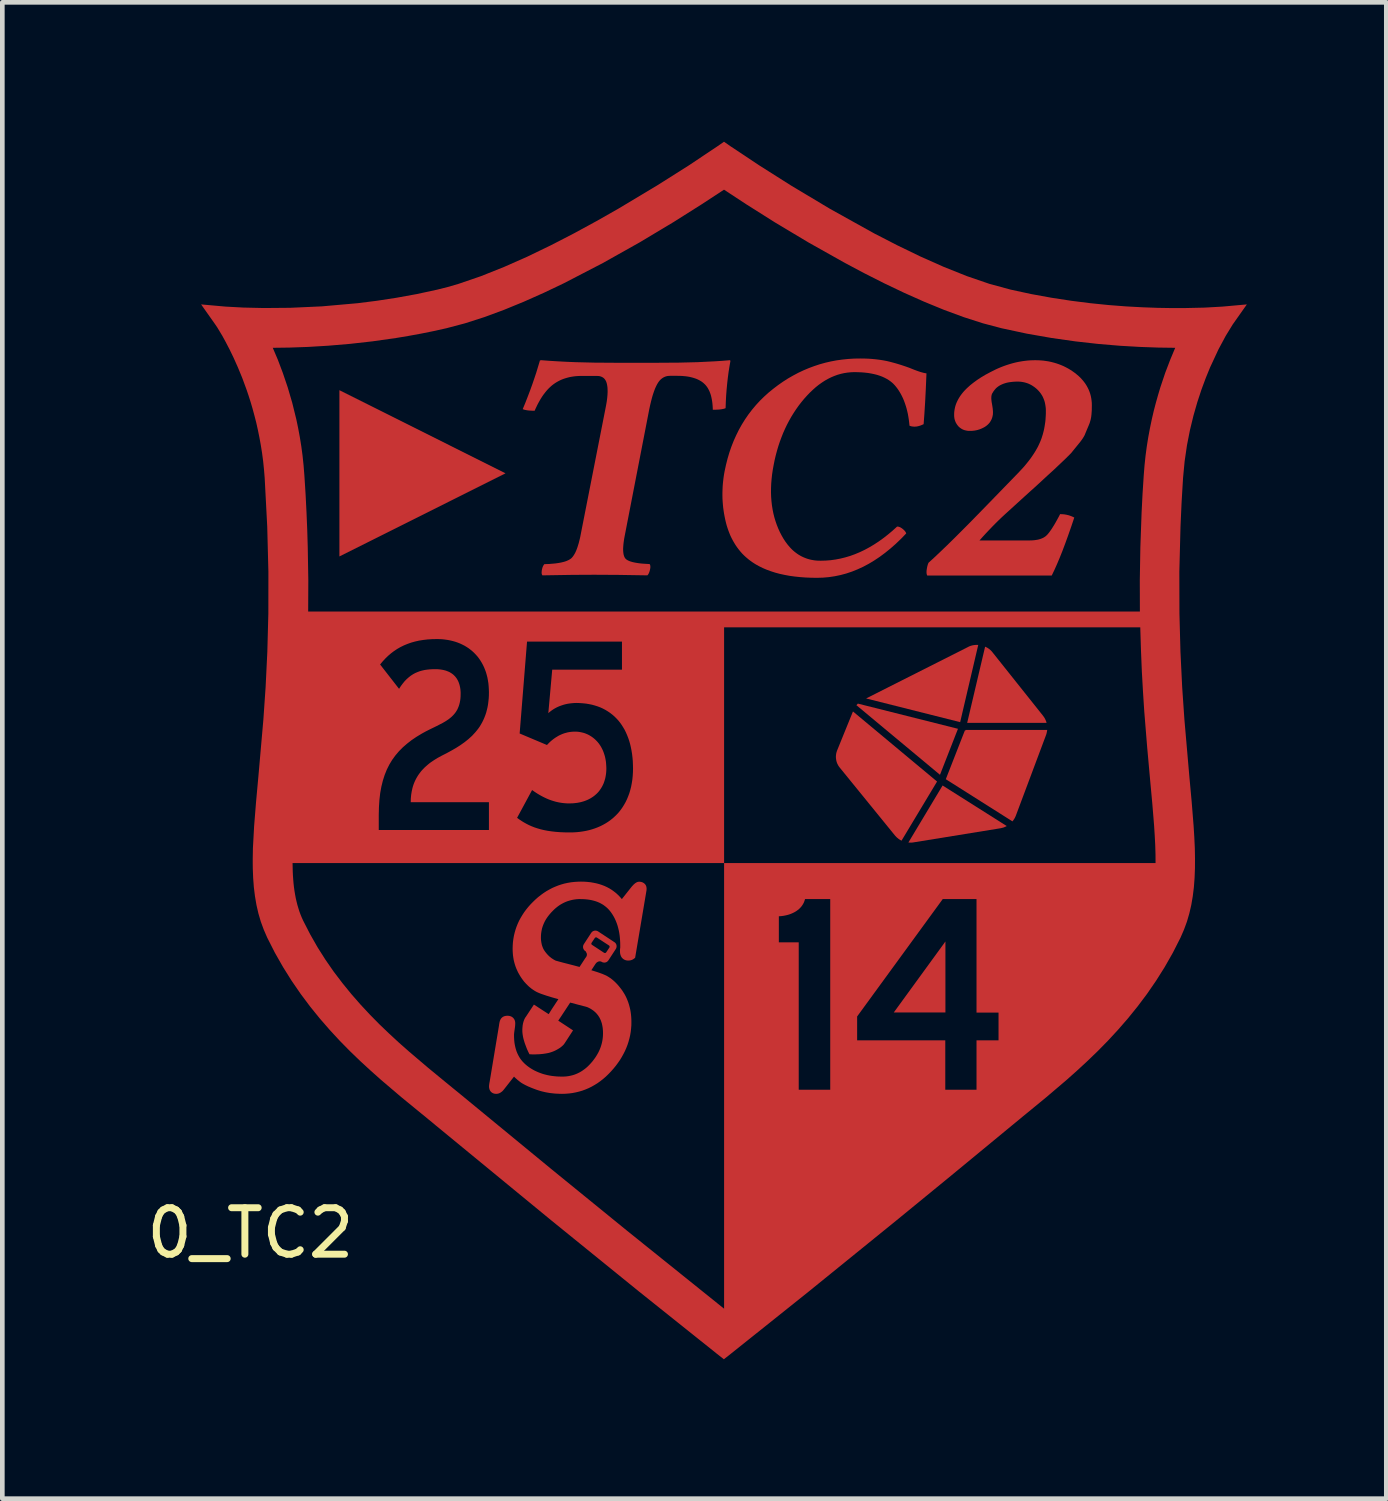
<source format=kicad_pcb>
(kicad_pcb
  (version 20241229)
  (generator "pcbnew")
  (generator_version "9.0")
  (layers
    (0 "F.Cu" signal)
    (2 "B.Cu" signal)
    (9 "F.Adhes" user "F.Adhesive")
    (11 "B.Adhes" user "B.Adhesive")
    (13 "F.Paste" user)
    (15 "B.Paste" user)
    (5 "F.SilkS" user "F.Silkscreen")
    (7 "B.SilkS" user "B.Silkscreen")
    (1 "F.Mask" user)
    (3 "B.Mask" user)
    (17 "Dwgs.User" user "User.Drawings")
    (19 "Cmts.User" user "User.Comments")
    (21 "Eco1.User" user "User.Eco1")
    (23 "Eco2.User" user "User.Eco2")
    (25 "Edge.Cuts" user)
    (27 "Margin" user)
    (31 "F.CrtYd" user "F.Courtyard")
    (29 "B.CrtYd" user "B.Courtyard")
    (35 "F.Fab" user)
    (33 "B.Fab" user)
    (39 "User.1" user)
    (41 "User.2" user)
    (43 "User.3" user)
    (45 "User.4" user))
  (footprint "0_TC2"
    (layer "F.Cu")
    (at 12.589 10.486)
    (property "Reference" "0_TC2" (at -10.25 13 0) (layer "F.SilkS") (effects (font (size 1 1) (thickness 0.15))))
    (attr exclude_from_pos_files exclude_from_bom allow_missing_courtyard)
    (fp_poly (pts (xy -4.76 -3.35) (xy -8.335 -1.561) (xy -8.335 -5.139)) (stroke (width -0.000001) (type solid)) (fill yes) (layer "F.Cu"))
    (fp_poly (pts (xy 4.707 8.252) (xy 3.596 8.252) (xy 4.707 6.725)) (stroke (width -0.000001) (type solid)) (fill yes) (layer "F.Cu"))
    (fp_poly (pts (xy 6.884 2.021) (xy 6.884 2.021) (xy 6.884 2.021)) (stroke (width -0.000001) (type solid)) (fill yes) (layer "F.Cu"))
    (fp_poly (pts (xy 4.977 2.148) (xy 4.59 3.138) (xy 2.791 1.64) (xy 2.823 1.606)) (stroke (width -0.000001) (type solid)) (fill yes) (layer "F.Cu"))
    (fp_poly (pts (xy 5.399 0.343) (xy 5.413 0.344) (xy 5.024 2.005) (xy 3 1.495) (xy 5.191 0.389) (xy 5.204 0.382) (xy 5.217 0.376) (xy 5.231 0.37) (xy 5.244 0.365) (xy 5.258 0.361) (xy 5.272 0.357) (xy 5.286 0.353) (xy 5.3 0.35) (xy 5.314 0.348) (xy 5.328 0.346) (xy 5.343 0.344) (xy 5.357 0.343) (xy 5.371 0.343) (xy 5.385 0.342)) (stroke (width -0.000001) (type solid)) (fill yes) (layer "F.Cu"))
    (fp_poly (pts (xy 6.027 4.241) (xy 6.019 4.245) (xy 6.011 4.249) (xy 6.003 4.253) (xy 5.994 4.257) (xy 5.986 4.261) (xy 5.977 4.264) (xy 5.969 4.268) (xy 5.96 4.271) (xy 5.952 4.274) (xy 5.943 4.276) (xy 5.925 4.281) (xy 5.907 4.285) (xy 5.889 4.289) (xy 4.016 4.593) (xy 4.003 4.595) (xy 3.99 4.596) (xy 3.977 4.597) (xy 3.963 4.597) (xy 3.95 4.597) (xy 3.937 4.597) (xy 3.923 4.596) (xy 3.91 4.595) (xy 4.646 3.368)) (stroke (width -0.000001) (type solid)) (fill yes) (layer "F.Cu"))
    (fp_poly (pts (xy 6.895 2.187) (xy 6.893 2.201) (xy 6.89 2.216) (xy 6.887 2.23) (xy 6.884 2.244) (xy 6.88 2.258) (xy 6.876 2.272) (xy 6.871 2.286) (xy 6.223 4.016) (xy 6.219 4.025) (xy 6.216 4.033) (xy 6.212 4.042) (xy 6.208 4.05) (xy 6.204 4.058) (xy 6.2 4.067) (xy 6.195 4.074) (xy 6.191 4.082) (xy 6.186 4.09) (xy 6.181 4.097) (xy 6.176 4.105) (xy 6.171 4.112) (xy 6.166 4.119) (xy 6.16 4.126) (xy 6.155 4.133) (xy 6.149 4.14) (xy 4.715 3.233) (xy 5.125 2.185) (xy 5.135 2.188) (xy 5.141 2.172) (xy 6.898 2.172)) (stroke (width -0.000001) (type solid)) (fill yes) (layer "F.Cu"))
    (fp_poly (pts (xy 5.573 0.386) (xy 5.584 0.391) (xy 5.595 0.397) (xy 5.606 0.403) (xy 5.617 0.409) (xy 5.627 0.416) (xy 5.638 0.423) (xy 5.648 0.431) (xy 5.658 0.438) (xy 5.667 0.446) (xy 5.677 0.455) (xy 5.686 0.464) (xy 5.695 0.473) (xy 5.704 0.482) (xy 5.712 0.492) (xy 5.72 0.502) (xy 6.808 1.868) (xy 6.814 1.877) (xy 6.821 1.886) (xy 6.827 1.895) (xy 6.833 1.904) (xy 6.839 1.913) (xy 6.844 1.922) (xy 6.849 1.932) (xy 6.854 1.941) (xy 6.858 1.951) (xy 6.863 1.961) (xy 6.867 1.97) (xy 6.871 1.98) (xy 6.875 1.99) (xy 6.878 2) (xy 6.881 2.011) (xy 6.884 2.021) (xy 5.175 2.021) (xy 5.561 0.381)) (stroke (width -0.000001) (type solid)) (fill yes) (layer "F.Cu"))
    (fp_poly (pts (xy 4.527 3.283) (xy 3.762 4.556) (xy 3.752 4.551) (xy 3.743 4.545) (xy 3.733 4.54) (xy 3.723 4.534) (xy 3.714 4.527) (xy 3.704 4.521) (xy 3.695 4.514) (xy 3.686 4.507) (xy 3.677 4.499) (xy 3.668 4.492) (xy 3.659 4.484) (xy 3.651 4.476) (xy 3.643 4.468) (xy 3.635 4.459) (xy 3.627 4.451) (xy 3.619 4.442) (xy 2.431 2.981) (xy 2.417 2.962) (xy 2.403 2.942) (xy 2.392 2.921) (xy 2.381 2.9) (xy 2.372 2.878) (xy 2.365 2.856) (xy 2.359 2.833) (xy 2.355 2.809) (xy 2.352 2.786) (xy 2.35 2.762) (xy 2.35 2.739) (xy 2.352 2.715) (xy 2.355 2.691) (xy 2.359 2.668) (xy 2.366 2.645) (xy 2.373 2.622) (xy 2.717 1.775)) (stroke (width -0.000001) (type solid)) (fill yes) (layer "F.Cu"))
    (fp_poly (pts (xy 2.961 -5.82) (xy 3.048 -5.817) (xy 3.132 -5.811) (xy 3.214 -5.803) (xy 3.293 -5.793) (xy 3.369 -5.781) (xy 3.443 -5.767) (xy 3.514 -5.75) (xy 3.582 -5.732) (xy 3.647 -5.714) (xy 3.71 -5.695) (xy 3.77 -5.676) (xy 3.827 -5.657) (xy 3.882 -5.638) (xy 3.935 -5.619) (xy 3.984 -5.599) (xy 4.032 -5.58) (xy 4.077 -5.563) (xy 4.119 -5.548) (xy 4.16 -5.534) (xy 4.198 -5.523) (xy 4.234 -5.513) (xy 4.268 -5.506) (xy 4.299 -5.501) (xy 4.285 -5.17) (xy 4.27 -4.877) (xy 4.254 -4.624) (xy 4.238 -4.408) (xy 4.217 -4.398) (xy 4.196 -4.389) (xy 4.176 -4.381) (xy 4.156 -4.374) (xy 4.136 -4.368) (xy 4.116 -4.363) (xy 4.097 -4.359) (xy 4.077 -4.356) (xy 4.059 -4.355) (xy 4.04 -4.354) (xy 4.022 -4.355) (xy 4.004 -4.357) (xy 3.986 -4.359) (xy 3.968 -4.363) (xy 3.951 -4.368) (xy 3.934 -4.374) (xy 3.927 -4.441) (xy 3.919 -4.506) (xy 3.909 -4.569) (xy 3.898 -4.631) (xy 3.884 -4.691) (xy 3.87 -4.748) (xy 3.853 -4.804) (xy 3.835 -4.858) (xy 3.816 -4.91) (xy 3.795 -4.961) (xy 3.772 -5.009) (xy 3.748 -5.056) (xy 3.722 -5.1) (xy 3.695 -5.143) (xy 3.666 -5.184) (xy 3.635 -5.223) (xy 3.619 -5.242) (xy 3.602 -5.26) (xy 3.585 -5.278) (xy 3.567 -5.295) (xy 3.548 -5.311) (xy 3.528 -5.327) (xy 3.507 -5.342) (xy 3.486 -5.357) (xy 3.441 -5.384) (xy 3.393 -5.409) (xy 3.342 -5.432) (xy 3.288 -5.452) (xy 3.231 -5.47) (xy 3.171 -5.485) (xy 3.108 -5.498) (xy 3.043 -5.509) (xy 2.974 -5.517) (xy 2.902 -5.523) (xy 2.827 -5.526) (xy 2.749 -5.528) (xy 2.675 -5.525) (xy 2.602 -5.518) (xy 2.53 -5.507) (xy 2.458 -5.491) (xy 2.387 -5.471) (xy 2.318 -5.446) (xy 2.249 -5.417) (xy 2.181 -5.383) (xy 2.113 -5.345) (xy 2.047 -5.302) (xy 1.981 -5.255) (xy 1.916 -5.203) (xy 1.852 -5.146) (xy 1.789 -5.086) (xy 1.726 -5.02) (xy 1.664 -4.951) (xy 1.604 -4.878) (xy 1.546 -4.803) (xy 1.491 -4.725) (xy 1.439 -4.646) (xy 1.389 -4.565) (xy 1.342 -4.481) (xy 1.297 -4.396) (xy 1.255 -4.308) (xy 1.215 -4.218) (xy 1.179 -4.127) (xy 1.144 -4.033) (xy 1.112 -3.937) (xy 1.083 -3.839) (xy 1.056 -3.739) (xy 1.032 -3.637) (xy 1.011 -3.533) (xy 0.992 -3.429) (xy 0.977 -3.328) (xy 0.966 -3.228) (xy 0.958 -3.129) (xy 0.954 -3.033) (xy 0.953 -2.938) (xy 0.956 -2.845) (xy 0.963 -2.753) (xy 0.973 -2.663) (xy 0.987 -2.575) (xy 1.004 -2.489) (xy 1.025 -2.404) (xy 1.05 -2.321) (xy 1.078 -2.24) (xy 1.11 -2.16) (xy 1.145 -2.083) (xy 1.184 -2.008) (xy 1.224 -1.939) (xy 1.267 -1.874) (xy 1.312 -1.814) (xy 1.359 -1.759) (xy 1.383 -1.733) (xy 1.408 -1.708) (xy 1.433 -1.685) (xy 1.459 -1.663) (xy 1.486 -1.642) (xy 1.513 -1.622) (xy 1.541 -1.603) (xy 1.569 -1.586) (xy 1.597 -1.57) (xy 1.627 -1.555) (xy 1.657 -1.541) (xy 1.687 -1.529) (xy 1.718 -1.517) (xy 1.749 -1.507) (xy 1.781 -1.498) (xy 1.814 -1.49) (xy 1.847 -1.484) (xy 1.881 -1.478) (xy 1.915 -1.474) (xy 1.95 -1.471) (xy 2.021 -1.469) (xy 2.129 -1.472) (xy 2.235 -1.48) (xy 2.342 -1.495) (xy 2.447 -1.515) (xy 2.552 -1.541) (xy 2.657 -1.572) (xy 2.761 -1.61) (xy 2.864 -1.653) (xy 2.967 -1.702) (xy 3.069 -1.757) (xy 3.17 -1.817) (xy 3.271 -1.883) (xy 3.371 -1.955) (xy 3.47 -2.032) (xy 3.569 -2.115) (xy 3.667 -2.204) (xy 3.674 -2.204) (xy 3.681 -2.204) (xy 3.688 -2.203) (xy 3.695 -2.201) (xy 3.702 -2.2) (xy 3.71 -2.198) (xy 3.717 -2.195) (xy 3.725 -2.192) (xy 3.732 -2.189) (xy 3.74 -2.185) (xy 3.747 -2.181) (xy 3.755 -2.176) (xy 3.763 -2.171) (xy 3.77 -2.166) (xy 3.778 -2.16) (xy 3.786 -2.154) (xy 3.794 -2.148) (xy 3.801 -2.141) (xy 3.808 -2.135) (xy 3.815 -2.129) (xy 3.821 -2.123) (xy 3.827 -2.116) (xy 3.832 -2.11) (xy 3.837 -2.104) (xy 3.842 -2.098) (xy 3.846 -2.092) (xy 3.85 -2.086) (xy 3.853 -2.08) (xy 3.856 -2.074) (xy 3.859 -2.068) (xy 3.861 -2.062) (xy 3.863 -2.056) (xy 3.751 -1.94) (xy 3.638 -1.832) (xy 3.523 -1.731) (xy 3.408 -1.638) (xy 3.292 -1.552) (xy 3.175 -1.474) (xy 3.057 -1.403) (xy 2.937 -1.339) (xy 2.817 -1.284) (xy 2.696 -1.235) (xy 2.573 -1.194) (xy 2.45 -1.161) (xy 2.325 -1.135) (xy 2.199 -1.116) (xy 2.072 -1.105) (xy 1.945 -1.101) (xy 1.818 -1.103) (xy 1.695 -1.108) (xy 1.576 -1.117) (xy 1.462 -1.129) (xy 1.352 -1.144) (xy 1.245 -1.164) (xy 1.143 -1.186) (xy 1.046 -1.212) (xy 0.952 -1.242) (xy 0.862 -1.275) (xy 0.777 -1.311) (xy 0.696 -1.351) (xy 0.619 -1.394) (xy 0.546 -1.441) (xy 0.477 -1.492) (xy 0.413 -1.546) (xy 0.372 -1.584) (xy 0.333 -1.623) (xy 0.296 -1.665) (xy 0.261 -1.708) (xy 0.227 -1.753) (xy 0.195 -1.799) (xy 0.165 -1.847) (xy 0.136 -1.897) (xy 0.109 -1.948) (xy 0.083 -2.001) (xy 0.06 -2.056) (xy 0.038 -2.113) (xy 0.018 -2.171) (xy -0.001 -2.231) (xy -0.017 -2.292) (xy -0.032 -2.355) (xy -0.045 -2.419) (xy -0.057 -2.483) (xy -0.067 -2.548) (xy -0.076 -2.612) (xy -0.082 -2.677) (xy -0.087 -2.741) (xy -0.091 -2.806) (xy -0.092 -2.871) (xy -0.092 -2.936) (xy -0.09 -3.001) (xy -0.087 -3.067) (xy -0.082 -3.132) (xy -0.075 -3.198) (xy -0.067 -3.263) (xy -0.057 -3.329) (xy -0.045 -3.395) (xy -0.015 -3.534) (xy 0.019 -3.668) (xy 0.058 -3.8) (xy 0.102 -3.927) (xy 0.151 -4.051) (xy 0.205 -4.171) (xy 0.263 -4.288) (xy 0.326 -4.401) (xy 0.394 -4.51) (xy 0.466 -4.615) (xy 0.544 -4.717) (xy 0.626 -4.815) (xy 0.713 -4.91) (xy 0.805 -5) (xy 0.901 -5.087) (xy 1.003 -5.17) (xy 1.107 -5.249) (xy 1.213 -5.323) (xy 1.321 -5.392) (xy 1.431 -5.455) (xy 1.542 -5.514) (xy 1.655 -5.567) (xy 1.769 -5.615) (xy 1.885 -5.658) (xy 2.003 -5.697) (xy 2.122 -5.73) (xy 2.243 -5.758) (xy 2.365 -5.781) (xy 2.489 -5.798) (xy 2.615 -5.811) (xy 2.742 -5.819) (xy 2.871 -5.821)) (stroke (width -0.000001) (type solid)) (fill yes) (layer "F.Cu"))
    (fp_poly (pts (xy 0.067 -5.784) (xy 0.067 -5.784) (xy 0.068 -5.784) (xy 0.069 -5.784) (xy 0.07 -5.784) (xy 0.07 -5.783) (xy 0.071 -5.783) (xy 0.071 -5.783) (xy 0.072 -5.782) (xy 0.073 -5.782) (xy 0.073 -5.781) (xy 0.074 -5.781) (xy 0.074 -5.78) (xy 0.075 -5.78) (xy 0.075 -5.779) (xy 0.076 -5.779) (xy 0.076 -5.778) (xy 0.076 -5.777) (xy 0.077 -5.776) (xy 0.077 -5.776) (xy 0.077 -5.775) (xy 0.078 -5.774) (xy 0.078 -5.773) (xy 0.078 -5.772) (xy 0.078 -5.771) (xy 0.079 -5.77) (xy 0.079 -5.769) (xy 0.079 -5.768) (xy 0.079 -5.767) (xy 0.079 -5.765) (xy 0.079 -5.764) (xy 0.079 -5.763) (xy 0.059 -5.647) (xy 0.04 -5.527) (xy 0.024 -5.405) (xy 0.01 -5.28) (xy -0.002 -5.153) (xy -0.012 -5.022) (xy -0.019 -4.889) (xy -0.024 -4.752) (xy -0.034 -4.748) (xy -0.046 -4.744) (xy -0.058 -4.74) (xy -0.071 -4.737) (xy -0.085 -4.734) (xy -0.1 -4.731) (xy -0.116 -4.728) (xy -0.133 -4.726) (xy -0.15 -4.724) (xy -0.169 -4.722) (xy -0.189 -4.721) (xy -0.209 -4.72) (xy -0.252 -4.718) (xy -0.299 -4.718) (xy -0.301 -4.767) (xy -0.304 -4.814) (xy -0.308 -4.859) (xy -0.314 -4.902) (xy -0.321 -4.943) (xy -0.329 -4.983) (xy -0.338 -5.021) (xy -0.349 -5.057) (xy -0.362 -5.092) (xy -0.375 -5.124) (xy -0.391 -5.155) (xy -0.407 -5.184) (xy -0.425 -5.211) (xy -0.444 -5.236) (xy -0.465 -5.26) (xy -0.487 -5.281) (xy -0.511 -5.302) (xy -0.536 -5.321) (xy -0.563 -5.338) (xy -0.591 -5.354) (xy -0.621 -5.369) (xy -0.653 -5.383) (xy -0.687 -5.395) (xy -0.722 -5.406) (xy -0.759 -5.416) (xy -0.797 -5.425) (xy -0.837 -5.432) (xy -0.879 -5.438) (xy -0.923 -5.442) (xy -0.968 -5.446) (xy -1.015 -5.447) (xy -1.064 -5.448) (xy -1.22 -5.448) (xy -1.241 -5.447) (xy -1.262 -5.445) (xy -1.283 -5.442) (xy -1.303 -5.437) (xy -1.322 -5.431) (xy -1.341 -5.423) (xy -1.359 -5.414) (xy -1.376 -5.404) (xy -1.393 -5.392) (xy -1.41 -5.379) (xy -1.425 -5.365) (xy -1.441 -5.349) (xy -1.455 -5.331) (xy -1.469 -5.313) (xy -1.482 -5.292) (xy -1.495 -5.271) (xy -1.507 -5.248) (xy -1.519 -5.224) (xy -1.531 -5.198) (xy -1.543 -5.171) (xy -1.554 -5.142) (xy -1.565 -5.112) (xy -1.576 -5.08) (xy -1.587 -5.047) (xy -1.598 -5.012) (xy -1.608 -4.976) (xy -1.628 -4.898) (xy -1.648 -4.815) (xy -1.667 -4.726) (xy -2.188 -2.04) (xy -2.198 -1.989) (xy -2.207 -1.939) (xy -2.214 -1.892) (xy -2.22 -1.848) (xy -2.224 -1.807) (xy -2.227 -1.767) (xy -2.229 -1.731) (xy -2.229 -1.697) (xy -2.227 -1.665) (xy -2.224 -1.636) (xy -2.22 -1.609) (xy -2.214 -1.585) (xy -2.207 -1.564) (xy -2.199 -1.545) (xy -2.189 -1.528) (xy -2.178 -1.514) (xy -2.171 -1.507) (xy -2.164 -1.501) (xy -2.157 -1.495) (xy -2.149 -1.489) (xy -2.14 -1.484) (xy -2.13 -1.478) (xy -2.109 -1.468) (xy -2.086 -1.458) (xy -2.06 -1.45) (xy -2.031 -1.441) (xy -2 -1.434) (xy -1.966 -1.427) (xy -1.93 -1.421) (xy -1.891 -1.415) (xy -1.849 -1.41) (xy -1.806 -1.406) (xy -1.759 -1.403) (xy -1.71 -1.4) (xy -1.659 -1.397) (xy -1.657 -1.395) (xy -1.656 -1.393) (xy -1.654 -1.39) (xy -1.653 -1.388) (xy -1.65 -1.382) (xy -1.648 -1.376) (xy -1.646 -1.37) (xy -1.645 -1.364) (xy -1.644 -1.357) (xy -1.643 -1.349) (xy -1.643 -1.342) (xy -1.643 -1.333) (xy -1.643 -1.325) (xy -1.644 -1.316) (xy -1.645 -1.306) (xy -1.647 -1.297) (xy -1.649 -1.286) (xy -1.651 -1.276) (xy -1.654 -1.265) (xy -1.656 -1.255) (xy -1.659 -1.245) (xy -1.662 -1.235) (xy -1.665 -1.226) (xy -1.668 -1.218) (xy -1.672 -1.21) (xy -1.675 -1.202) (xy -1.678 -1.195) (xy -1.682 -1.188) (xy -1.686 -1.181) (xy -1.69 -1.175) (xy -1.694 -1.169) (xy -1.698 -1.164) (xy -1.702 -1.159) (xy -1.707 -1.154) (xy -2.331 -1.164) (xy -2.844 -1.167) (xy -3.087 -1.166) (xy -3.355 -1.164) (xy -3.966 -1.154) (xy -3.968 -1.156) (xy -3.97 -1.159) (xy -3.972 -1.164) (xy -3.975 -1.169) (xy -3.977 -1.175) (xy -3.979 -1.181) (xy -3.981 -1.187) (xy -3.982 -1.194) (xy -3.982 -1.202) (xy -3.983 -1.209) (xy -3.983 -1.217) (xy -3.983 -1.226) (xy -3.982 -1.234) (xy -3.981 -1.243) (xy -3.98 -1.253) (xy -3.979 -1.263) (xy -3.977 -1.273) (xy -3.975 -1.283) (xy -3.973 -1.293) (xy -3.97 -1.303) (xy -3.967 -1.312) (xy -3.965 -1.321) (xy -3.962 -1.33) (xy -3.959 -1.338) (xy -3.955 -1.346) (xy -3.952 -1.353) (xy -3.948 -1.36) (xy -3.945 -1.367) (xy -3.941 -1.373) (xy -3.937 -1.379) (xy -3.933 -1.385) (xy -3.928 -1.39) (xy -3.924 -1.395) (xy -3.82 -1.399) (xy -3.726 -1.407) (xy -3.683 -1.411) (xy -3.642 -1.417) (xy -3.603 -1.423) (xy -3.566 -1.43) (xy -3.532 -1.438) (xy -3.5 -1.446) (xy -3.471 -1.455) (xy -3.444 -1.465) (xy -3.419 -1.476) (xy -3.396 -1.487) (xy -3.376 -1.499) (xy -3.358 -1.511) (xy -3.349 -1.518) (xy -3.341 -1.525) (xy -3.333 -1.533) (xy -3.325 -1.542) (xy -3.309 -1.561) (xy -3.294 -1.583) (xy -3.279 -1.607) (xy -3.264 -1.633) (xy -3.25 -1.662) (xy -3.236 -1.694) (xy -3.223 -1.728) (xy -3.21 -1.765) (xy -3.198 -1.804) (xy -3.185 -1.846) (xy -3.174 -1.89) (xy -3.162 -1.937) (xy -3.151 -1.986) (xy -3.141 -2.038) (xy -2.609 -4.744) (xy -2.594 -4.823) (xy -2.581 -4.898) (xy -2.572 -4.969) (xy -2.566 -5.035) (xy -2.563 -5.097) (xy -2.563 -5.126) (xy -2.564 -5.154) (xy -2.565 -5.182) (xy -2.567 -5.208) (xy -2.571 -5.233) (xy -2.575 -5.258) (xy -2.58 -5.28) (xy -2.586 -5.301) (xy -2.589 -5.311) (xy -2.593 -5.321) (xy -2.597 -5.33) (xy -2.601 -5.339) (xy -2.606 -5.348) (xy -2.611 -5.356) (xy -2.616 -5.364) (xy -2.622 -5.372) (xy -2.627 -5.379) (xy -2.633 -5.386) (xy -2.64 -5.392) (xy -2.646 -5.398) (xy -2.653 -5.404) (xy -2.66 -5.409) (xy -2.668 -5.414) (xy -2.676 -5.419) (xy -2.684 -5.423) (xy -2.692 -5.427) (xy -2.701 -5.43) (xy -2.71 -5.434) (xy -2.719 -5.436) (xy -2.728 -5.439) (xy -2.738 -5.441) (xy -2.748 -5.443) (xy -2.759 -5.444) (xy -2.769 -5.445) (xy -2.78 -5.445) (xy -2.792 -5.446) (xy -3.128 -5.446) (xy -3.17 -5.445) (xy -3.212 -5.443) (xy -3.253 -5.44) (xy -3.294 -5.435) (xy -3.333 -5.429) (xy -3.372 -5.422) (xy -3.41 -5.413) (xy -3.447 -5.403) (xy -3.483 -5.392) (xy -3.519 -5.38) (xy -3.554 -5.366) (xy -3.587 -5.351) (xy -3.62 -5.334) (xy -3.653 -5.316) (xy -3.684 -5.297) (xy -3.715 -5.276) (xy -3.745 -5.254) (xy -3.774 -5.23) (xy -3.803 -5.204) (xy -3.832 -5.176) (xy -3.86 -5.146) (xy -3.887 -5.115) (xy -3.914 -5.081) (xy -3.941 -5.046) (xy -3.967 -5.009) (xy -3.992 -4.97) (xy -4.017 -4.929) (xy -4.041 -4.886) (xy -4.065 -4.842) (xy -4.088 -4.795) (xy -4.111 -4.747) (xy -4.133 -4.697) (xy -4.175 -4.697) (xy -4.215 -4.699) (xy -4.251 -4.701) (xy -4.285 -4.705) (xy -4.316 -4.71) (xy -4.33 -4.713) (xy -4.344 -4.716) (xy -4.356 -4.719) (xy -4.368 -4.723) (xy -4.379 -4.727) (xy -4.39 -4.731) (xy -4.334 -4.866) (xy -4.282 -5) (xy -4.232 -5.131) (xy -4.185 -5.261) (xy -4.141 -5.389) (xy -4.099 -5.515) (xy -4.061 -5.64) (xy -4.024 -5.763) (xy -4.024 -5.764) (xy -4.024 -5.765) (xy -4.024 -5.767) (xy -4.024 -5.768) (xy -4.024 -5.769) (xy -4.023 -5.77) (xy -4.023 -5.771) (xy -4.022 -5.772) (xy -4.021 -5.773) (xy -4.021 -5.774) (xy -4.02 -5.775) (xy -4.019 -5.776) (xy -4.018 -5.776) (xy -4.017 -5.777) (xy -4.016 -5.778) (xy -4.015 -5.779) (xy -4.014 -5.779) (xy -4.012 -5.78) (xy -4.011 -5.78) (xy -4.01 -5.781) (xy -4.008 -5.781) (xy -4.007 -5.782) (xy -4.005 -5.782) (xy -4.003 -5.783) (xy -4.002 -5.783) (xy -4 -5.783) (xy -3.998 -5.784) (xy -3.996 -5.784) (xy -3.994 -5.784) (xy -3.992 -5.784) (xy -3.99 -5.784) (xy -3.987 -5.784) (xy -3.814 -5.771) (xy -3.635 -5.76) (xy -3.449 -5.75) (xy -3.256 -5.742) (xy -2.851 -5.732) (xy -2.421 -5.729) (xy -1.466 -5.729) (xy -1.028 -5.732) (xy -0.627 -5.742) (xy -0.262 -5.76) (xy -0.093 -5.771) (xy 0.066 -5.784)) (stroke (width -0.000001) (type solid)) (fill yes) (layer "F.Cu"))
    (fp_poly (pts (xy 6.698 -5.783) (xy 6.758 -5.78) (xy 6.816 -5.775) (xy 6.873 -5.767) (xy 6.93 -5.758) (xy 6.985 -5.746) (xy 7.04 -5.732) (xy 7.094 -5.716) (xy 7.147 -5.698) (xy 7.199 -5.678) (xy 7.25 -5.656) (xy 7.3 -5.631) (xy 7.349 -5.605) (xy 7.397 -5.576) (xy 7.444 -5.545) (xy 7.49 -5.512) (xy 7.534 -5.477) (xy 7.576 -5.441) (xy 7.615 -5.404) (xy 7.65 -5.365) (xy 7.683 -5.326) (xy 7.714 -5.285) (xy 7.741 -5.243) (xy 7.765 -5.2) (xy 7.787 -5.156) (xy 7.806 -5.11) (xy 7.822 -5.064) (xy 7.835 -5.016) (xy 7.845 -4.967) (xy 7.852 -4.917) (xy 7.857 -4.866) (xy 7.858 -4.813) (xy 7.857 -4.755) (xy 7.857 -4.726) (xy 7.856 -4.698) (xy 7.854 -4.671) (xy 7.852 -4.643) (xy 7.85 -4.617) (xy 7.847 -4.591) (xy 7.844 -4.565) (xy 7.839 -4.539) (xy 7.834 -4.512) (xy 7.827 -4.486) (xy 7.819 -4.459) (xy 7.811 -4.432) (xy 7.8 -4.404) (xy 7.789 -4.377) (xy 7.746 -4.276) (xy 7.728 -4.233) (xy 7.72 -4.213) (xy 7.712 -4.194) (xy 7.709 -4.185) (xy 7.704 -4.175) (xy 7.7 -4.165) (xy 7.694 -4.155) (xy 7.688 -4.144) (xy 7.682 -4.133) (xy 7.674 -4.121) (xy 7.667 -4.109) (xy 7.659 -4.097) (xy 7.65 -4.084) (xy 7.631 -4.057) (xy 7.609 -4.028) (xy 7.585 -3.998) (xy 7.437 -3.816) (xy 7.431 -3.808) (xy 7.424 -3.799) (xy 7.407 -3.78) (xy 7.386 -3.759) (xy 7.362 -3.734) (xy 7.334 -3.707) (xy 7.303 -3.676) (xy 7.269 -3.643) (xy 7.231 -3.607) (xy 7.095 -3.478) (xy 7.044 -3.43) (xy 7.003 -3.392) (xy 6.959 -3.352) (xy 6.896 -3.295) (xy 6.816 -3.221) (xy 6.718 -3.13) (xy 6.617 -3.038) (xy 6.531 -2.961) (xy 6.403 -2.845) (xy 5.993 -2.472) (xy 5.924 -2.408) (xy 5.855 -2.342) (xy 5.786 -2.274) (xy 5.717 -2.204) (xy 5.648 -2.132) (xy 5.579 -2.059) (xy 5.509 -1.983) (xy 5.44 -1.905) (xy 6.511 -1.905) (xy 6.541 -1.906) (xy 6.571 -1.907) (xy 6.599 -1.909) (xy 6.625 -1.911) (xy 6.651 -1.915) (xy 6.676 -1.919) (xy 6.7 -1.923) (xy 6.722 -1.929) (xy 6.744 -1.935) (xy 6.764 -1.942) (xy 6.784 -1.95) (xy 6.802 -1.958) (xy 6.82 -1.967) (xy 6.836 -1.977) (xy 6.851 -1.987) (xy 6.866 -1.998) (xy 6.88 -2.011) (xy 6.895 -2.025) (xy 6.911 -2.043) (xy 6.927 -2.062) (xy 6.944 -2.084) (xy 6.961 -2.108) (xy 6.98 -2.134) (xy 6.999 -2.162) (xy 7.018 -2.193) (xy 7.039 -2.226) (xy 7.06 -2.261) (xy 7.082 -2.299) (xy 7.104 -2.339) (xy 7.127 -2.381) (xy 7.151 -2.425) (xy 7.175 -2.472) (xy 7.196 -2.471) (xy 7.217 -2.47) (xy 7.237 -2.469) (xy 7.257 -2.467) (xy 7.277 -2.465) (xy 7.296 -2.461) (xy 7.315 -2.458) (xy 7.334 -2.453) (xy 7.353 -2.449) (xy 7.372 -2.443) (xy 7.39 -2.437) (xy 7.409 -2.43) (xy 7.427 -2.423) (xy 7.445 -2.415) (xy 7.462 -2.407) (xy 7.48 -2.398) (xy 7.413 -2.199) (xy 7.348 -2.013) (xy 7.285 -1.839) (xy 7.224 -1.677) (xy 7.164 -1.527) (xy 7.106 -1.39) (xy 7.05 -1.265) (xy 6.995 -1.151) (xy 4.315 -1.151) (xy 4.312 -1.156) (xy 4.31 -1.162) (xy 4.308 -1.168) (xy 4.306 -1.175) (xy 4.304 -1.181) (xy 4.303 -1.189) (xy 4.302 -1.196) (xy 4.301 -1.204) (xy 4.301 -1.213) (xy 4.3 -1.221) (xy 4.3 -1.23) (xy 4.301 -1.24) (xy 4.301 -1.25) (xy 4.302 -1.26) (xy 4.303 -1.27) (xy 4.305 -1.281) (xy 4.308 -1.302) (xy 4.312 -1.323) (xy 4.316 -1.343) (xy 4.321 -1.362) (xy 4.326 -1.38) (xy 4.331 -1.396) (xy 4.334 -1.404) (xy 4.338 -1.412) (xy 4.341 -1.419) (xy 4.344 -1.426) (xy 4.469 -1.54) (xy 4.603 -1.667) (xy 4.749 -1.807) (xy 4.905 -1.96) (xy 5.072 -2.127) (xy 5.25 -2.306) (xy 5.638 -2.704) (xy 6.26 -3.345) (xy 6.3 -3.387) (xy 6.339 -3.429) (xy 6.377 -3.47) (xy 6.413 -3.511) (xy 6.447 -3.552) (xy 6.48 -3.593) (xy 6.512 -3.634) (xy 6.542 -3.674) (xy 6.57 -3.714) (xy 6.597 -3.754) (xy 6.623 -3.794) (xy 6.647 -3.833) (xy 6.669 -3.872) (xy 6.691 -3.911) (xy 6.71 -3.949) (xy 6.728 -3.988) (xy 6.745 -4.026) (xy 6.761 -4.065) (xy 6.776 -4.105) (xy 6.789 -4.146) (xy 6.802 -4.187) (xy 6.813 -4.229) (xy 6.824 -4.272) (xy 6.833 -4.315) (xy 6.841 -4.359) (xy 6.848 -4.404) (xy 6.855 -4.449) (xy 6.86 -4.495) (xy 6.863 -4.542) (xy 6.866 -4.589) (xy 6.868 -4.637) (xy 6.868 -4.686) (xy 6.868 -4.721) (xy 6.866 -4.756) (xy 6.862 -4.789) (xy 6.857 -4.822) (xy 6.851 -4.854) (xy 6.844 -4.885) (xy 6.835 -4.915) (xy 6.824 -4.944) (xy 6.813 -4.972) (xy 6.8 -5) (xy 6.785 -5.027) (xy 6.769 -5.052) (xy 6.752 -5.077) (xy 6.733 -5.101) (xy 6.713 -5.124) (xy 6.691 -5.147) (xy 6.669 -5.168) (xy 6.645 -5.188) (xy 6.622 -5.206) (xy 6.597 -5.223) (xy 6.573 -5.239) (xy 6.547 -5.254) (xy 6.521 -5.267) (xy 6.495 -5.279) (xy 6.468 -5.289) (xy 6.44 -5.298) (xy 6.412 -5.306) (xy 6.383 -5.312) (xy 6.354 -5.317) (xy 6.324 -5.321) (xy 6.294 -5.323) (xy 6.263 -5.324) (xy 6.212 -5.323) (xy 6.164 -5.32) (xy 6.118 -5.315) (xy 6.074 -5.309) (xy 6.033 -5.301) (xy 5.994 -5.29) (xy 5.957 -5.278) (xy 5.923 -5.264) (xy 5.89 -5.248) (xy 5.86 -5.231) (xy 5.832 -5.211) (xy 5.806 -5.19) (xy 5.783 -5.167) (xy 5.762 -5.141) (xy 5.742 -5.115) (xy 5.725 -5.086) (xy 5.722 -5.082) (xy 5.719 -5.078) (xy 5.717 -5.074) (xy 5.714 -5.069) (xy 5.711 -5.064) (xy 5.709 -5.059) (xy 5.707 -5.054) (xy 5.705 -5.049) (xy 5.702 -5.038) (xy 5.699 -5.025) (xy 5.697 -5.012) (xy 5.695 -4.998) (xy 5.695 -4.984) (xy 5.694 -4.968) (xy 5.695 -4.951) (xy 5.696 -4.934) (xy 5.698 -4.916) (xy 5.7 -4.896) (xy 5.703 -4.876) (xy 5.707 -4.855) (xy 5.714 -4.814) (xy 5.72 -4.776) (xy 5.725 -4.74) (xy 5.728 -4.706) (xy 5.73 -4.676) (xy 5.73 -4.647) (xy 5.729 -4.634) (xy 5.729 -4.622) (xy 5.727 -4.61) (xy 5.725 -4.599) (xy 5.721 -4.578) (xy 5.716 -4.558) (xy 5.71 -4.539) (xy 5.703 -4.52) (xy 5.695 -4.502) (xy 5.686 -4.485) (xy 5.676 -4.468) (xy 5.666 -4.452) (xy 5.655 -4.437) (xy 5.642 -4.422) (xy 5.629 -4.408) (xy 5.615 -4.395) (xy 5.6 -4.382) (xy 5.585 -4.37) (xy 5.568 -4.358) (xy 5.551 -4.347) (xy 5.533 -4.337) (xy 5.515 -4.328) (xy 5.497 -4.319) (xy 5.479 -4.311) (xy 5.46 -4.303) (xy 5.441 -4.296) (xy 5.422 -4.29) (xy 5.402 -4.284) (xy 5.382 -4.279) (xy 5.362 -4.275) (xy 5.342 -4.271) (xy 5.321 -4.268) (xy 5.3 -4.266) (xy 5.279 -4.264) (xy 5.258 -4.263) (xy 5.236 -4.263) (xy 5.216 -4.263) (xy 5.197 -4.264) (xy 5.179 -4.266) (xy 5.161 -4.269) (xy 5.143 -4.273) (xy 5.126 -4.277) (xy 5.109 -4.282) (xy 5.093 -4.288) (xy 5.078 -4.295) (xy 5.063 -4.302) (xy 5.049 -4.311) (xy 5.035 -4.32) (xy 5.021 -4.33) (xy 5.009 -4.34) (xy 4.996 -4.351) (xy 4.985 -4.363) (xy 4.974 -4.376) (xy 4.963 -4.39) (xy 4.954 -4.403) (xy 4.945 -4.417) (xy 4.937 -4.431) (xy 4.929 -4.445) (xy 4.923 -4.46) (xy 4.917 -4.474) (xy 4.912 -4.489) (xy 4.907 -4.505) (xy 4.903 -4.52) (xy 4.9 -4.536) (xy 4.898 -4.552) (xy 4.896 -4.568) (xy 4.895 -4.585) (xy 4.895 -4.601) (xy 4.895 -4.636) (xy 4.897 -4.67) (xy 4.901 -4.704) (xy 4.907 -4.738) (xy 4.914 -4.772) (xy 4.923 -4.805) (xy 4.934 -4.838) (xy 4.947 -4.871) (xy 4.962 -4.903) (xy 4.978 -4.935) (xy 4.996 -4.967) (xy 5.016 -4.999) (xy 5.037 -5.03) (xy 5.06 -5.061) (xy 5.085 -5.092) (xy 5.112 -5.123) (xy 5.141 -5.153) (xy 5.171 -5.183) (xy 5.237 -5.243) (xy 5.31 -5.301) (xy 5.389 -5.359) (xy 5.476 -5.416) (xy 5.57 -5.472) (xy 5.671 -5.526) (xy 5.778 -5.58) (xy 5.832 -5.605) (xy 5.886 -5.628) (xy 5.939 -5.649) (xy 5.993 -5.669) (xy 6.047 -5.687) (xy 6.101 -5.704) (xy 6.154 -5.719) (xy 6.208 -5.733) (xy 6.262 -5.745) (xy 6.316 -5.755) (xy 6.37 -5.764) (xy 6.424 -5.771) (xy 6.477 -5.777) (xy 6.531 -5.781) (xy 6.585 -5.783) (xy 6.638 -5.784)) (stroke (width -0.000001) (type solid)) (fill yes) (layer "F.Cu"))
    (fp_poly (pts (xy 0.082 -10.388) (xy 0.705 -9.974) (xy 1.379 -9.547) (xy 2.219 -9.044) (xy 3.168 -8.516) (xy 3.667 -8.259) (xy 4.171 -8.015) (xy 4.675 -7.791) (xy 5.171 -7.593) (xy 5.652 -7.428) (xy 6.112 -7.303) (xy 6.556 -7.207) (xy 6.991 -7.128) (xy 7.416 -7.063) (xy 7.827 -7.011) (xy 8.221 -6.971) (xy 8.596 -6.942) (xy 8.949 -6.923) (xy 9.277 -6.911) (xy 9.577 -6.906) (xy 9.847 -6.906) (xy 10.284 -6.916) (xy 10.671 -6.938) (xy 11.194 -6.985) (xy 10.89 -6.554) (xy 10.738 -6.306) (xy 10.583 -6.017) (xy 10.402 -5.628) (xy 10.309 -5.4) (xy 10.216 -5.149) (xy 10.127 -4.878) (xy 10.044 -4.588) (xy 9.969 -4.279) (xy 9.905 -3.953) (xy 9.855 -3.61) (xy 9.821 -3.252) (xy 9.789 -2.718) (xy 9.766 -2.203) (xy 9.741 -1.232) (xy 9.743 -0.335) (xy 9.765 0.491) (xy 9.802 1.251) (xy 9.85 1.948) (xy 9.956 3.169) (xy 10.007 3.726) (xy 10.048 4.239) (xy 10.063 4.48) (xy 10.074 4.712) (xy 10.078 4.935) (xy 10.077 5.149) (xy 10.069 5.357) (xy 10.054 5.557) (xy 10.03 5.751) (xy 9.998 5.939) (xy 9.956 6.121) (xy 9.904 6.299) (xy 9.84 6.473) (xy 9.766 6.643) (xy 9.601 6.968) (xy 9.425 7.277) (xy 9.239 7.572) (xy 9.045 7.854) (xy 8.843 8.123) (xy 8.635 8.38) (xy 8.422 8.625) (xy 8.205 8.86) (xy 7.985 9.084) (xy 7.763 9.298) (xy 7.541 9.503) (xy 7.319 9.701) (xy 6.882 10.073) (xy 6.461 10.419) (xy 6.381 10.484) (xy 6.302 10.55) (xy 6.146 10.678) (xy 4.838 11.757) (xy 3.662 12.72) (xy 1.757 14.265) (xy 0.09 15.597) (xy -0.061 15.716) (xy -0.212 15.597) (xy -1.879 14.265) (xy -3.784 12.72) (xy -6.268 10.678) (xy -6.344 10.614) (xy -6.423 10.55) (xy -6.502 10.484) (xy -6.583 10.419) (xy -7.005 10.073) (xy -7.442 9.701) (xy -7.664 9.503) (xy -7.887 9.298) (xy -8.109 9.084) (xy -8.329 8.86) (xy -8.546 8.625) (xy -8.759 8.38) (xy -8.967 8.123) (xy -9.168 7.854) (xy -9.362 7.572) (xy -9.547 7.277) (xy -9.723 6.968) (xy -9.888 6.643) (xy -9.962 6.473) (xy -10.026 6.299) (xy -10.078 6.122) (xy -10.12 5.939) (xy -10.152 5.751) (xy -10.176 5.558) (xy -10.191 5.358) (xy -10.199 5.15) (xy -10.2 5.037) (xy -9.343 5.037) (xy -9.339 5.218) (xy -9.335 5.305) (xy -9.329 5.39) (xy -9.322 5.473) (xy -9.313 5.555) (xy -9.302 5.634) (xy -9.289 5.712) (xy -9.275 5.788) (xy -9.258 5.862) (xy -9.24 5.935) (xy -9.219 6.006) (xy -9.197 6.076) (xy -9.172 6.144) (xy -9.145 6.21) (xy -9.115 6.276) (xy -8.965 6.569) (xy -8.805 6.85) (xy -8.635 7.118) (xy -8.456 7.376) (xy -8.269 7.622) (xy -8.076 7.859) (xy -7.878 8.085) (xy -7.676 8.302) (xy -7.471 8.51) (xy -7.263 8.709) (xy -7.055 8.901) (xy -6.847 9.085) (xy -6.437 9.434) (xy -6.041 9.76) (xy -5.878 9.893) (xy -5.72 10.022) (xy -3.768 11.628) (xy -2.143 12.951) (xy -0.056 14.628) (xy -0.056 6.183) (xy 1.122 6.183) (xy 1.122 6.744) (xy 1.55 6.744) (xy 1.55 9.916) (xy 2.228 9.916) (xy 2.228 8.339) (xy 2.807 8.339) (xy 2.807 8.853) (xy 4.704 8.853) (xy 4.704 9.916) (xy 5.376 9.916) (xy 5.376 8.853) (xy 5.85 8.853) (xy 5.85 8.255) (xy 5.376 8.255) (xy 5.376 5.813) (xy 4.649 5.813) (xy 2.807 8.339) (xy 2.228 8.339) (xy 2.228 5.813) (xy 1.685 5.813) (xy 1.68 5.833) (xy 1.673 5.853) (xy 1.666 5.873) (xy 1.658 5.892) (xy 1.648 5.91) (xy 1.638 5.928) (xy 1.627 5.945) (xy 1.615 5.962) (xy 1.589 5.994) (xy 1.56 6.023) (xy 1.527 6.05) (xy 1.492 6.075) (xy 1.454 6.097) (xy 1.413 6.117) (xy 1.37 6.135) (xy 1.324 6.15) (xy 1.276 6.162) (xy 1.227 6.172) (xy 1.175 6.179) (xy 1.122 6.183) (xy -0.056 6.183) (xy -0.056 5.037) (xy 9.229 5.037) (xy 9.228 4.847) (xy 9.222 4.648) (xy 9.211 4.44) (xy 9.197 4.222) (xy 9.159 3.756) (xy 9.112 3.246) (xy 9.049 2.549) (xy 8.986 1.773) (xy 8.959 1.355) (xy 8.934 0.914) (xy 8.915 0.451) (xy 8.9 -0.035) (xy -0.056 -0.035) (xy -0.056 5.037) (xy -9.343 5.037) (xy -10.2 5.037) (xy -10.2 4.936) (xy -10.196 4.713) (xy -10.17 4.24) (xy -10.151 4.003) (xy -7.488 4.003) (xy -7.488 4.326) (xy -5.117 4.326) (xy -5.117 4.064) (xy -4.511 4.064) (xy -4.463 4.099) (xy -4.414 4.132) (xy -4.363 4.163) (xy -4.309 4.193) (xy -4.254 4.221) (xy -4.195 4.247) (xy -4.134 4.271) (xy -4.069 4.292) (xy -4 4.312) (xy -3.927 4.329) (xy -3.849 4.344) (xy -3.766 4.356) (xy -3.677 4.366) (xy -3.583 4.373) (xy -3.483 4.377) (xy -3.376 4.378) (xy -3.303 4.377) (xy -3.232 4.373) (xy -3.162 4.366) (xy -3.093 4.356) (xy -3.026 4.344) (xy -2.96 4.329) (xy -2.896 4.311) (xy -2.833 4.29) (xy -2.773 4.267) (xy -2.714 4.241) (xy -2.657 4.212) (xy -2.602 4.181) (xy -2.549 4.147) (xy -2.498 4.11) (xy -2.449 4.071) (xy -2.403 4.029) (xy -2.358 3.984) (xy -2.316 3.937) (xy -2.277 3.887) (xy -2.24 3.834) (xy -2.206 3.779) (xy -2.174 3.722) (xy -2.145 3.661) (xy -2.119 3.598) (xy -2.095 3.533) (xy -2.075 3.465) (xy -2.057 3.394) (xy -2.043 3.321) (xy -2.031 3.245) (xy -2.023 3.167) (xy -2.018 3.086) (xy -2.016 3.003) (xy -2.018 2.921) (xy -2.021 2.841) (xy -2.028 2.763) (xy -2.037 2.688) (xy -2.049 2.614) (xy -2.063 2.543) (xy -2.079 2.475) (xy -2.098 2.408) (xy -2.12 2.344) (xy -2.144 2.283) (xy -2.17 2.224) (xy -2.198 2.167) (xy -2.23 2.113) (xy -2.263 2.061) (xy -2.298 2.012) (xy -2.336 1.965) (xy -2.377 1.921) (xy -2.419 1.88) (xy -2.464 1.841) (xy -2.511 1.805) (xy -2.56 1.772) (xy -2.611 1.741) (xy -2.664 1.713) (xy -2.719 1.688) (xy -2.777 1.666) (xy -2.837 1.647) (xy -2.898 1.63) (xy -2.962 1.617) (xy -3.027 1.606) (xy -3.095 1.599) (xy -3.165 1.594) (xy -3.236 1.592) (xy -3.275 1.593) (xy -3.315 1.596) (xy -3.355 1.6) (xy -3.395 1.605) (xy -3.435 1.612) (xy -3.475 1.621) (xy -3.515 1.632) (xy -3.554 1.645) (xy -3.593 1.659) (xy -3.631 1.675) (xy -3.669 1.693) (xy -3.705 1.713) (xy -3.741 1.735) (xy -3.775 1.759) (xy -3.808 1.784) (xy -3.839 1.812) (xy -3.755 0.875) (xy -2.254 0.875) (xy -2.254 0.272) (xy -4.297 0.272) (xy -4.456 2.249) (xy -3.868 2.497) (xy -3.833 2.46) (xy -3.798 2.426) (xy -3.762 2.395) (xy -3.725 2.366) (xy -3.688 2.34) (xy -3.651 2.317) (xy -3.614 2.295) (xy -3.576 2.277) (xy -3.537 2.26) (xy -3.499 2.246) (xy -3.46 2.235) (xy -3.421 2.225) (xy -3.383 2.218) (xy -3.343 2.213) (xy -3.304 2.21) (xy -3.265 2.209) (xy -3.233 2.21) (xy -3.201 2.212) (xy -3.169 2.216) (xy -3.137 2.222) (xy -3.106 2.229) (xy -3.075 2.237) (xy -3.045 2.247) (xy -3.015 2.259) (xy -2.986 2.272) (xy -2.957 2.287) (xy -2.929 2.304) (xy -2.901 2.322) (xy -2.875 2.341) (xy -2.849 2.362) (xy -2.824 2.385) (xy -2.8 2.409) (xy -2.777 2.434) (xy -2.755 2.461) (xy -2.734 2.49) (xy -2.714 2.52) (xy -2.696 2.552) (xy -2.679 2.585) (xy -2.663 2.619) (xy -2.649 2.655) (xy -2.636 2.693) (xy -2.624 2.732) (xy -2.614 2.773) (xy -2.606 2.815) (xy -2.599 2.858) (xy -2.595 2.903) (xy -2.592 2.949) (xy -2.59 2.997) (xy -2.591 3.043) (xy -2.594 3.088) (xy -2.599 3.131) (xy -2.606 3.173) (xy -2.614 3.213) (xy -2.625 3.252) (xy -2.637 3.289) (xy -2.65 3.325) (xy -2.666 3.36) (xy -2.683 3.393) (xy -2.702 3.425) (xy -2.722 3.455) (xy -2.743 3.484) (xy -2.766 3.512) (xy -2.791 3.538) (xy -2.817 3.562) (xy -2.844 3.585) (xy -2.873 3.607) (xy -2.903 3.627) (xy -2.934 3.646) (xy -2.966 3.663) (xy -2.999 3.679) (xy -3.034 3.693) (xy -3.069 3.706) (xy -3.106 3.717) (xy -3.143 3.727) (xy -3.182 3.735) (xy -3.221 3.742) (xy -3.302 3.751) (xy -3.387 3.754) (xy -3.435 3.753) (xy -3.482 3.75) (xy -3.53 3.745) (xy -3.579 3.738) (xy -3.627 3.729) (xy -3.676 3.718) (xy -3.725 3.704) (xy -3.775 3.688) (xy -3.825 3.67) (xy -3.875 3.649) (xy -3.926 3.625) (xy -3.977 3.599) (xy -4.029 3.57) (xy -4.082 3.538) (xy -4.135 3.503) (xy -4.188 3.466) (xy -4.511 4.064) (xy -5.117 4.064) (xy -5.117 3.728) (xy -6.8 3.728) (xy -6.798 3.648) (xy -6.791 3.571) (xy -6.779 3.496) (xy -6.763 3.424) (xy -6.753 3.388) (xy -6.742 3.354) (xy -6.729 3.319) (xy -6.715 3.286) (xy -6.7 3.253) (xy -6.683 3.22) (xy -6.665 3.188) (xy -6.646 3.157) (xy -6.625 3.126) (xy -6.603 3.096) (xy -6.58 3.066) (xy -6.555 3.037) (xy -6.528 3.009) (xy -6.5 2.98) (xy -6.47 2.953) (xy -6.439 2.926) (xy -6.407 2.899) (xy -6.373 2.873) (xy -6.299 2.823) (xy -6.22 2.774) (xy -6.133 2.727) (xy -6.027 2.673) (xy -5.924 2.617) (xy -5.825 2.56) (xy -5.731 2.5) (xy -5.642 2.437) (xy -5.558 2.37) (xy -5.48 2.299) (xy -5.409 2.222) (xy -5.376 2.182) (xy -5.344 2.141) (xy -5.314 2.098) (xy -5.287 2.053) (xy -5.261 2.007) (xy -5.237 1.958) (xy -5.215 1.908) (xy -5.195 1.856) (xy -5.177 1.803) (xy -5.162 1.746) (xy -5.148 1.688) (xy -5.137 1.628) (xy -5.129 1.565) (xy -5.122 1.5) (xy -5.118 1.432) (xy -5.117 1.362) (xy -5.119 1.295) (xy -5.123 1.229) (xy -5.129 1.166) (xy -5.139 1.104) (xy -5.15 1.044) (xy -5.165 0.986) (xy -5.181 0.93) (xy -5.201 0.876) (xy -5.222 0.824) (xy -5.246 0.774) (xy -5.272 0.726) (xy -5.3 0.68) (xy -5.33 0.636) (xy -5.362 0.594) (xy -5.397 0.554) (xy -5.433 0.517) (xy -5.471 0.481) (xy -5.511 0.448) (xy -5.553 0.416) (xy -5.597 0.387) (xy -5.642 0.36) (xy -5.689 0.336) (xy -5.738 0.313) (xy -5.788 0.293) (xy -5.84 0.275) (xy -5.893 0.26) (xy -5.947 0.247) (xy -6.003 0.236) (xy -6.06 0.228) (xy -6.119 0.221) (xy -6.178 0.218) (xy -6.239 0.217) (xy -6.34 0.219) (xy -6.437 0.225) (xy -6.53 0.236) (xy -6.62 0.25) (xy -6.707 0.27) (xy -6.79 0.293) (xy -6.869 0.321) (xy -6.946 0.353) (xy -7.02 0.389) (xy -7.09 0.429) (xy -7.158 0.474) (xy -7.224 0.524) (xy -7.286 0.577) (xy -7.346 0.635) (xy -7.404 0.698) (xy -7.459 0.764) (xy -7.051 1.288) (xy -7.012 1.228) (xy -6.971 1.173) (xy -6.93 1.123) (xy -6.887 1.079) (xy -6.843 1.04) (xy -6.798 1.005) (xy -6.752 0.975) (xy -6.705 0.949) (xy -6.656 0.928) (xy -6.606 0.909) (xy -6.555 0.895) (xy -6.502 0.883) (xy -6.447 0.875) (xy -6.391 0.869) (xy -6.333 0.866) (xy -6.273 0.865) (xy -6.239 0.865) (xy -6.207 0.867) (xy -6.175 0.87) (xy -6.144 0.874) (xy -6.115 0.879) (xy -6.086 0.885) (xy -6.059 0.892) (xy -6.033 0.9) (xy -6.008 0.91) (xy -5.983 0.92) (xy -5.96 0.931) (xy -5.939 0.944) (xy -5.918 0.957) (xy -5.898 0.972) (xy -5.879 0.987) (xy -5.862 1.004) (xy -5.845 1.021) (xy -5.83 1.04) (xy -5.815 1.059) (xy -5.802 1.08) (xy -5.79 1.101) (xy -5.779 1.123) (xy -5.769 1.146) (xy -5.76 1.171) (xy -5.752 1.196) (xy -5.745 1.222) (xy -5.739 1.249) (xy -5.734 1.277) (xy -5.73 1.305) (xy -5.728 1.335) (xy -5.726 1.365) (xy -5.726 1.397) (xy -5.727 1.447) (xy -5.73 1.495) (xy -5.736 1.54) (xy -5.744 1.582) (xy -5.754 1.622) (xy -5.766 1.66) (xy -5.78 1.695) (xy -5.795 1.729) (xy -5.813 1.76) (xy -5.832 1.79) (xy -5.853 1.818) (xy -5.876 1.845) (xy -5.9 1.87) (xy -5.925 1.894) (xy -5.98 1.939) (xy -6.041 1.98) (xy -6.105 2.018) (xy -6.174 2.054) (xy -6.246 2.091) (xy -6.398 2.165) (xy -6.477 2.205) (xy -6.557 2.249) (xy -6.672 2.318) (xy -6.78 2.391) (xy -6.879 2.468) (xy -6.971 2.548) (xy -7.055 2.633) (xy -7.131 2.723) (xy -7.2 2.818) (xy -7.261 2.919) (xy -7.315 3.027) (xy -7.361 3.142) (xy -7.4 3.264) (xy -7.432 3.394) (xy -7.457 3.532) (xy -7.474 3.68) (xy -7.484 3.836) (xy -7.488 4.003) (xy -10.151 4.003) (xy -10.129 3.727) (xy -10.078 3.169) (xy -9.971 1.948) (xy -9.923 1.251) (xy -9.886 0.491) (xy -9.864 -0.335) (xy -9.863 -1.232) (xy -9.888 -2.203) (xy -9.943 -3.252) (xy -9.958 -3.434) (xy -9.976 -3.611) (xy -9.999 -3.785) (xy -10.026 -3.955) (xy -10.056 -4.12) (xy -10.089 -4.282) (xy -10.124 -4.439) (xy -10.163 -4.591) (xy -10.203 -4.739) (xy -10.245 -4.882) (xy -10.289 -5.02) (xy -10.334 -5.153) (xy -10.426 -5.403) (xy -10.52 -5.631) (xy -10.612 -5.837) (xy -10.7 -6.019) (xy -10.717 -6.051) (xy -9.769 -6.051) (xy -9.66 -5.795) (xy -9.553 -5.512) (xy -9.448 -5.202) (xy -9.35 -4.868) (xy -9.262 -4.511) (xy -9.223 -4.324) (xy -9.187 -4.131) (xy -9.155 -3.933) (xy -9.128 -3.731) (xy -9.106 -3.523) (xy -9.089 -3.31) (xy -9.063 -2.905) (xy -9.043 -2.512) (xy -9.027 -2.129) (xy -9.016 -1.758) (xy -9.004 -1.047) (xy -9.007 -0.376) (xy 8.892 -0.376) (xy 8.89 -1.047) (xy 8.902 -1.758) (xy 8.929 -2.512) (xy 8.949 -2.905) (xy 8.975 -3.31) (xy 8.992 -3.523) (xy 9.014 -3.731) (xy 9.041 -3.933) (xy 9.073 -4.131) (xy 9.109 -4.324) (xy 9.148 -4.511) (xy 9.19 -4.692) (xy 9.236 -4.868) (xy 9.284 -5.038) (xy 9.333 -5.202) (xy 9.437 -5.512) (xy 9.545 -5.795) (xy 9.652 -6.051) (xy 9.293 -6.056) (xy 8.895 -6.07) (xy 8.462 -6.095) (xy 7.998 -6.134) (xy 7.507 -6.189) (xy 6.994 -6.262) (xy 6.462 -6.355) (xy 5.916 -6.472) (xy 5.515 -6.578) (xy 5.101 -6.711) (xy 4.678 -6.867) (xy 4.249 -7.043) (xy 3.818 -7.235) (xy 3.388 -7.44) (xy 2.963 -7.655) (xy 2.547 -7.876) (xy 1.753 -8.322) (xy 1.035 -8.752) (xy 0.422 -9.139) (xy -0.058 -9.454) (xy -0.539 -9.139) (xy -1.152 -8.752) (xy -1.87 -8.322) (xy -2.664 -7.876) (xy -3.505 -7.44) (xy -3.935 -7.235) (xy -4.366 -7.043) (xy -4.795 -6.867) (xy -5.218 -6.711) (xy -5.632 -6.578) (xy -6.033 -6.472) (xy -6.307 -6.411) (xy -6.579 -6.356) (xy -6.847 -6.307) (xy -7.11 -6.263) (xy -7.624 -6.19) (xy -8.115 -6.135) (xy -8.579 -6.096) (xy -9.012 -6.07) (xy -9.41 -6.056) (xy -9.769 -6.051) (xy -10.717 -6.051) (xy -10.782 -6.176) (xy -10.854 -6.308) (xy -10.963 -6.489) (xy -11.007 -6.554) (xy -11.311 -6.985) (xy -10.787 -6.938) (xy -10.4 -6.917) (xy -9.962 -6.907) (xy -9.392 -6.912) (xy -8.711 -6.943) (xy -7.942 -7.011) (xy -7.531 -7.063) (xy -7.107 -7.128) (xy -6.672 -7.207) (xy -6.228 -7.303) (xy -6.002 -7.36) (xy -5.769 -7.428) (xy -5.288 -7.593) (xy -4.792 -7.791) (xy -4.288 -8.014) (xy -3.783 -8.258) (xy -3.285 -8.515) (xy -2.8 -8.779) (xy -2.335 -9.043) (xy -1.496 -9.546) (xy -0.822 -9.972) (xy -0.199 -10.388) (xy -0.058 -10.486)) (stroke (width -0.000001) (type solid)) (fill yes) (layer "F.Cu"))
    (fp_poly (pts (xy -3.069 5.438) (xy -3 5.443) (xy -2.933 5.45) (xy -2.868 5.461) (xy -2.805 5.474) (xy -2.744 5.49) (xy -2.686 5.509) (xy -2.629 5.531) (xy -2.575 5.556) (xy -2.523 5.584) (xy -2.473 5.615) (xy -2.426 5.649) (xy -2.38 5.685) (xy -2.337 5.725) (xy -2.296 5.767) (xy -2.257 5.813) (xy -2.053 5.556) (xy -2.042 5.543) (xy -2.032 5.531) (xy -2.021 5.52) (xy -2.011 5.509) (xy -2.001 5.498) (xy -1.99 5.489) (xy -1.98 5.48) (xy -1.97 5.472) (xy -1.959 5.465) (xy -1.949 5.458) (xy -1.938 5.453) (xy -1.933 5.45) (xy -1.928 5.448) (xy -1.923 5.446) (xy -1.917 5.444) (xy -1.912 5.443) (xy -1.906 5.442) (xy -1.901 5.441) (xy -1.895 5.44) (xy -1.89 5.44) (xy -1.884 5.439) (xy -1.878 5.44) (xy -1.872 5.44) (xy -1.867 5.44) (xy -1.861 5.441) (xy -1.856 5.441) (xy -1.851 5.442) (xy -1.846 5.443) (xy -1.841 5.444) (xy -1.836 5.445) (xy -1.832 5.446) (xy -1.827 5.448) (xy -1.823 5.449) (xy -1.819 5.45) (xy -1.815 5.452) (xy -1.807 5.455) (xy -1.8 5.459) (xy -1.793 5.463) (xy -1.787 5.467) (xy -1.781 5.471) (xy -1.776 5.475) (xy -1.771 5.479) (xy -1.766 5.483) (xy -1.762 5.487) (xy -1.758 5.491) (xy -1.754 5.496) (xy -1.751 5.501) (xy -1.747 5.506) (xy -1.743 5.512) (xy -1.74 5.518) (xy -1.737 5.525) (xy -1.734 5.532) (xy -1.731 5.54) (xy -1.729 5.548) (xy -1.727 5.557) (xy -1.726 5.566) (xy -1.725 5.576) (xy -1.724 5.586) (xy -1.725 5.597) (xy -1.725 5.609) (xy -1.725 5.619) (xy -1.971 7.077) (xy -2 7.098) (xy -2.006 7.103) (xy -2.013 7.107) (xy -2.019 7.111) (xy -2.026 7.114) (xy -2.032 7.118) (xy -2.039 7.121) (xy -2.047 7.123) (xy -2.054 7.126) (xy -2.062 7.128) (xy -2.069 7.13) (xy -2.077 7.132) (xy -2.085 7.133) (xy -2.094 7.134) (xy -2.102 7.135) (xy -2.111 7.135) (xy -2.119 7.135) (xy -2.135 7.135) (xy -2.151 7.133) (xy -2.167 7.13) (xy -2.183 7.125) (xy -2.198 7.119) (xy -2.205 7.115) (xy -2.213 7.111) (xy -2.22 7.106) (xy -2.227 7.102) (xy -2.233 7.096) (xy -2.24 7.09) (xy -2.246 7.084) (xy -2.252 7.078) (xy -2.258 7.071) (xy -2.263 7.063) (xy -2.268 7.055) (xy -2.273 7.047) (xy -2.277 7.038) (xy -2.281 7.028) (xy -2.284 7.018) (xy -2.288 7.008) (xy -2.29 6.997) (xy -2.293 6.986) (xy -2.294 6.974) (xy -2.296 6.961) (xy -2.296 6.948) (xy -2.297 6.934) (xy -2.297 6.919) (xy -2.296 6.906) (xy -2.296 6.895) (xy -2.295 6.885) (xy -2.294 6.877) (xy -2.293 6.869) (xy -2.292 6.863) (xy -2.291 6.858) (xy -2.291 6.81) (xy -2.292 6.753) (xy -2.295 6.697) (xy -2.299 6.643) (xy -2.305 6.59) (xy -2.313 6.538) (xy -2.322 6.489) (xy -2.334 6.44) (xy -2.346 6.394) (xy -2.361 6.348) (xy -2.377 6.305) (xy -2.395 6.262) (xy -2.414 6.222) (xy -2.435 6.183) (xy -2.458 6.145) (xy -2.482 6.109) (xy -2.508 6.074) (xy -2.535 6.042) (xy -2.564 6.012) (xy -2.595 5.984) (xy -2.627 5.959) (xy -2.66 5.935) (xy -2.696 5.914) (xy -2.733 5.894) (xy -2.772 5.877) (xy -2.812 5.862) (xy -2.855 5.849) (xy -2.899 5.838) (xy -2.944 5.829) (xy -2.992 5.822) (xy -3.042 5.817) (xy -3.093 5.814) (xy -3.146 5.813) (xy -3.189 5.813) (xy -3.232 5.816) (xy -3.273 5.821) (xy -3.314 5.828) (xy -3.354 5.837) (xy -3.393 5.848) (xy -3.431 5.86) (xy -3.469 5.875) (xy -3.506 5.892) (xy -3.542 5.911) (xy -3.577 5.931) (xy -3.612 5.954) (xy -3.646 5.979) (xy -3.679 6.006) (xy -3.712 6.035) (xy -3.744 6.067) (xy -3.775 6.099) (xy -3.804 6.132) (xy -3.831 6.165) (xy -3.856 6.198) (xy -3.879 6.232) (xy -3.9 6.266) (xy -3.919 6.301) (xy -3.935 6.336) (xy -3.95 6.372) (xy -3.963 6.408) (xy -3.974 6.444) (xy -3.982 6.481) (xy -3.989 6.519) (xy -3.994 6.557) (xy -3.997 6.596) (xy -3.998 6.635) (xy -3.998 6.658) (xy -3.997 6.681) (xy -3.995 6.703) (xy -3.992 6.725) (xy -3.989 6.746) (xy -3.985 6.766) (xy -3.981 6.787) (xy -3.976 6.806) (xy -3.969 6.826) (xy -3.963 6.844) (xy -3.955 6.863) (xy -3.947 6.881) (xy -3.938 6.898) (xy -3.928 6.915) (xy -3.917 6.931) (xy -3.905 6.948) (xy -3.893 6.963) (xy -3.881 6.978) (xy -3.869 6.993) (xy -3.856 7.007) (xy -3.843 7.021) (xy -3.829 7.034) (xy -3.816 7.047) (xy -3.802 7.059) (xy -3.787 7.07) (xy -3.773 7.082) (xy -3.758 7.092) (xy -3.742 7.102) (xy -3.727 7.112) (xy -3.711 7.121) (xy -3.695 7.13) (xy -3.678 7.138) (xy -3.595 7.161) (xy -3.509 7.184) (xy -3.326 7.231) (xy -3.167 7.273) (xy -3.043 7.083) (xy -3.041 7.08) (xy -3.036 7.074) (xy -3.033 7.07) (xy -3.029 7.065) (xy -3.026 7.059) (xy -3.022 7.053) (xy -3.02 7.05) (xy -3.018 7.047) (xy -3.016 7.043) (xy -3.015 7.039) (xy -3.013 7.035) (xy -3.012 7.03) (xy -3.011 7.026) (xy -3.01 7.021) (xy -3.01 7.016) (xy -3.009 7.012) (xy -3.009 7.007) (xy -3.009 7.002) (xy -3.009 6.997) (xy -3.01 6.993) (xy -3.01 6.989) (xy -3.011 6.985) (xy -3.03 6.945) (xy -3.03 6.944) (xy -3.03 6.944) (xy -3.03 6.944) (xy -3.031 6.943) (xy -3.031 6.943) (xy -3.031 6.942) (xy -3.032 6.941) (xy -3.032 6.941) (xy -3.032 6.94) (xy -3.033 6.94) (xy -3.033 6.939) (xy -3.034 6.939) (xy -3.034 6.938) (xy -3.034 6.938) (xy -3.034 6.937) (xy -3.035 6.937) (xy -3.035 6.937) (xy -3.043 6.932) (xy -3.047 6.929) (xy -3.052 6.925) (xy -3.056 6.922) (xy -3.06 6.918) (xy -3.064 6.915) (xy -3.067 6.911) (xy -3.07 6.906) (xy -3.073 6.902) (xy -3.076 6.898) (xy -3.079 6.893) (xy -3.081 6.889) (xy -3.083 6.884) (xy -3.085 6.879) (xy -3.087 6.874) (xy -3.088 6.87) (xy -3.089 6.865) (xy -3.09 6.86) (xy -3.091 6.854) (xy -3.092 6.849) (xy -3.092 6.844) (xy -3.092 6.839) (xy -3.091 6.834) (xy -3.091 6.829) (xy -3.09 6.823) (xy -3.089 6.818) (xy -3.088 6.813) (xy -3.086 6.808) (xy -3.084 6.803) (xy -3.082 6.798) (xy -3.08 6.793) (xy -3.077 6.788) (xy -3.075 6.784) (xy -3.066 6.77) (xy -2.913 6.77) (xy -2.913 6.772) (xy -2.913 6.773) (xy -2.913 6.775) (xy -2.913 6.776) (xy -2.913 6.778) (xy -2.912 6.779) (xy -2.912 6.781) (xy -2.911 6.783) (xy -2.91 6.784) (xy -2.91 6.785) (xy -2.909 6.787) (xy -2.908 6.788) (xy -2.907 6.79) (xy -2.906 6.791) (xy -2.905 6.792) (xy -2.904 6.794) (xy -2.903 6.795) (xy -2.902 6.796) (xy -2.9 6.797) (xy -2.899 6.798) (xy -2.897 6.799) (xy -2.638 6.969) (xy -2.637 6.969) (xy -2.635 6.97) (xy -2.634 6.971) (xy -2.632 6.971) (xy -2.63 6.972) (xy -2.629 6.972) (xy -2.627 6.972) (xy -2.626 6.973) (xy -2.624 6.973) (xy -2.623 6.973) (xy -2.621 6.973) (xy -2.62 6.973) (xy -2.618 6.973) (xy -2.617 6.973) (xy -2.615 6.973) (xy -2.614 6.972) (xy -2.612 6.972) (xy -2.611 6.972) (xy -2.609 6.971) (xy -2.608 6.971) (xy -2.606 6.97) (xy -2.605 6.969) (xy -2.604 6.968) (xy -2.602 6.968) (xy -2.601 6.967) (xy -2.6 6.966) (xy -2.599 6.965) (xy -2.597 6.964) (xy -2.596 6.962) (xy -2.595 6.961) (xy -2.594 6.96) (xy -2.593 6.958) (xy -2.524 6.855) (xy -2.524 6.853) (xy -2.523 6.852) (xy -2.522 6.85) (xy -2.522 6.849) (xy -2.521 6.847) (xy -2.521 6.846) (xy -2.521 6.844) (xy -2.52 6.843) (xy -2.52 6.841) (xy -2.52 6.84) (xy -2.52 6.838) (xy -2.52 6.837) (xy -2.52 6.835) (xy -2.52 6.834) (xy -2.52 6.832) (xy -2.521 6.831) (xy -2.521 6.829) (xy -2.521 6.828) (xy -2.522 6.826) (xy -2.522 6.825) (xy -2.523 6.823) (xy -2.524 6.822) (xy -2.525 6.821) (xy -2.525 6.819) (xy -2.526 6.818) (xy -2.527 6.817) (xy -2.528 6.816) (xy -2.53 6.814) (xy -2.531 6.813) (xy -2.532 6.812) (xy -2.533 6.811) (xy -2.535 6.81) (xy -2.794 6.641) (xy -2.796 6.64) (xy -2.797 6.639) (xy -2.799 6.639) (xy -2.8 6.638) (xy -2.802 6.638) (xy -2.803 6.637) (xy -2.805 6.637) (xy -2.806 6.637) (xy -2.808 6.637) (xy -2.809 6.636) (xy -2.811 6.636) (xy -2.813 6.636) (xy -2.814 6.636) (xy -2.816 6.637) (xy -2.817 6.637) (xy -2.819 6.637) (xy -2.82 6.637) (xy -2.822 6.638) (xy -2.823 6.638) (xy -2.824 6.639) (xy -2.826 6.639) (xy -2.827 6.64) (xy -2.829 6.641) (xy -2.83 6.642) (xy -2.831 6.643) (xy -2.832 6.644) (xy -2.834 6.645) (xy -2.835 6.646) (xy -2.836 6.647) (xy -2.837 6.648) (xy -2.838 6.65) (xy -2.839 6.651) (xy -2.908 6.754) (xy -2.909 6.756) (xy -2.91 6.757) (xy -2.91 6.758) (xy -2.911 6.76) (xy -2.912 6.761) (xy -2.912 6.763) (xy -2.913 6.764) (xy -2.913 6.766) (xy -2.913 6.767) (xy -2.913 6.769) (xy -2.913 6.77) (xy -3.066 6.77) (xy -2.916 6.54) (xy -2.913 6.536) (xy -2.91 6.531) (xy -2.906 6.527) (xy -2.902 6.523) (xy -2.899 6.519) (xy -2.895 6.516) (xy -2.891 6.513) (xy -2.886 6.509) (xy -2.882 6.507) (xy -2.878 6.504) (xy -2.873 6.502) (xy -2.868 6.5) (xy -2.863 6.498) (xy -2.859 6.496) (xy -2.854 6.495) (xy -2.849 6.493) (xy -2.844 6.493) (xy -2.839 6.492) (xy -2.833 6.491) (xy -2.828 6.491) (xy -2.823 6.491) (xy -2.818 6.492) (xy -2.813 6.492) (xy -2.808 6.493) (xy -2.802 6.494) (xy -2.797 6.495) (xy -2.792 6.497) (xy -2.787 6.499) (xy -2.782 6.501) (xy -2.777 6.503) (xy -2.772 6.506) (xy -2.768 6.508) (xy -2.418 6.739) (xy -2.414 6.742) (xy -2.409 6.745) (xy -2.405 6.748) (xy -2.401 6.752) (xy -2.398 6.756) (xy -2.394 6.76) (xy -2.391 6.764) (xy -2.388 6.768) (xy -2.385 6.772) (xy -2.382 6.777) (xy -2.38 6.781) (xy -2.378 6.786) (xy -2.376 6.791) (xy -2.374 6.796) (xy -2.373 6.801) (xy -2.372 6.806) (xy -2.371 6.811) (xy -2.37 6.816) (xy -2.37 6.821) (xy -2.37 6.826) (xy -2.37 6.831) (xy -2.37 6.836) (xy -2.37 6.842) (xy -2.371 6.847) (xy -2.372 6.852) (xy -2.374 6.857) (xy -2.375 6.862) (xy -2.377 6.867) (xy -2.379 6.872) (xy -2.381 6.877) (xy -2.384 6.882) (xy -2.387 6.887) (xy -2.545 7.13) (xy -2.549 7.135) (xy -2.552 7.139) (xy -2.555 7.143) (xy -2.559 7.147) (xy -2.563 7.151) (xy -2.567 7.154) (xy -2.571 7.158) (xy -2.575 7.161) (xy -2.579 7.164) (xy -2.584 7.166) (xy -2.588 7.169) (xy -2.593 7.171) (xy -2.598 7.173) (xy -2.603 7.174) (xy -2.608 7.176) (xy -2.613 7.177) (xy -2.618 7.178) (xy -2.623 7.178) (xy -2.628 7.179) (xy -2.633 7.179) (xy -2.638 7.179) (xy -2.643 7.179) (xy -2.649 7.178) (xy -2.654 7.177) (xy -2.659 7.176) (xy -2.664 7.175) (xy -2.669 7.174) (xy -2.674 7.172) (xy -2.679 7.17) (xy -2.684 7.167) (xy -2.689 7.165) (xy -2.694 7.162) (xy -2.702 7.157) (xy -2.706 7.156) (xy -2.71 7.155) (xy -2.716 7.154) (xy -2.724 7.154) (xy -2.728 7.153) (xy -2.732 7.153) (xy -2.736 7.153) (xy -2.74 7.153) (xy -2.745 7.154) (xy -2.749 7.154) (xy -2.754 7.155) (xy -2.758 7.157) (xy -2.763 7.158) (xy -2.768 7.16) (xy -2.772 7.162) (xy -2.777 7.165) (xy -2.781 7.167) (xy -2.786 7.17) (xy -2.79 7.173) (xy -2.794 7.176) (xy -2.798 7.178) (xy -2.802 7.181) (xy -2.805 7.185) (xy -2.808 7.188) (xy -2.81 7.191) (xy -2.813 7.194) (xy -2.815 7.197) (xy -2.817 7.199) (xy -2.82 7.202) (xy -2.822 7.205) (xy -2.823 7.207) (xy -2.825 7.21) (xy -2.828 7.214) (xy -2.831 7.218) (xy -2.832 7.22) (xy -2.834 7.223) (xy -2.913 7.344) (xy -2.867 7.358) (xy -2.823 7.372) (xy -2.782 7.385) (xy -2.744 7.398) (xy -2.709 7.411) (xy -2.675 7.423) (xy -2.645 7.436) (xy -2.617 7.448) (xy -2.597 7.457) (xy -2.576 7.468) (xy -2.556 7.48) (xy -2.537 7.492) (xy -2.517 7.505) (xy -2.497 7.518) (xy -2.478 7.533) (xy -2.459 7.548) (xy -2.44 7.564) (xy -2.421 7.581) (xy -2.402 7.598) (xy -2.384 7.617) (xy -2.366 7.635) (xy -2.348 7.655) (xy -2.33 7.675) (xy -2.313 7.696) (xy -2.281 7.736) (xy -2.251 7.776) (xy -2.224 7.818) (xy -2.198 7.86) (xy -2.174 7.904) (xy -2.153 7.949) (xy -2.134 7.995) (xy -2.116 8.043) (xy -2.101 8.091) (xy -2.088 8.14) (xy -2.076 8.191) (xy -2.067 8.242) (xy -2.06 8.295) (xy -2.055 8.348) (xy -2.052 8.403) (xy -2.051 8.458) (xy -2.052 8.531) (xy -2.058 8.603) (xy -2.066 8.674) (xy -2.078 8.744) (xy -2.094 8.813) (xy -2.113 8.882) (xy -2.135 8.95) (xy -2.161 9.017) (xy -2.19 9.083) (xy -2.223 9.148) (xy -2.259 9.213) (xy -2.298 9.277) (xy -2.341 9.339) (xy -2.387 9.401) (xy -2.437 9.462) (xy -2.49 9.522) (xy -2.546 9.58) (xy -2.603 9.635) (xy -2.661 9.685) (xy -2.721 9.732) (xy -2.783 9.776) (xy -2.846 9.815) (xy -2.91 9.851) (xy -2.975 9.883) (xy -3.042 9.911) (xy -3.11 9.936) (xy -3.179 9.956) (xy -3.25 9.973) (xy -3.322 9.987) (xy -3.395 9.996) (xy -3.47 10.002) (xy -3.546 10.004) (xy -3.584 10.003) (xy -3.622 10.002) (xy -3.66 10) (xy -3.697 9.998) (xy -3.734 9.994) (xy -3.77 9.99) (xy -3.806 9.986) (xy -3.841 9.98) (xy -3.876 9.974) (xy -3.91 9.967) (xy -3.944 9.959) (xy -3.978 9.951) (xy -4.011 9.942) (xy -4.043 9.932) (xy -4.075 9.922) (xy -4.106 9.911) (xy -4.167 9.888) (xy -4.222 9.866) (xy -4.247 9.855) (xy -4.272 9.845) (xy -4.295 9.834) (xy -4.317 9.823) (xy -4.338 9.813) (xy -4.358 9.802) (xy -4.377 9.792) (xy -4.394 9.782) (xy -4.411 9.772) (xy -4.426 9.762) (xy -4.44 9.752) (xy -4.453 9.742) (xy -4.468 9.73) (xy -4.483 9.718) (xy -4.499 9.706) (xy -4.514 9.692) (xy -4.53 9.678) (xy -4.546 9.664) (xy -4.562 9.649) (xy -4.577 9.633) (xy -4.789 9.903) (xy -4.799 9.915) (xy -4.808 9.926) (xy -4.818 9.937) (xy -4.828 9.947) (xy -4.838 9.956) (xy -4.849 9.964) (xy -4.859 9.971) (xy -4.869 9.978) (xy -4.88 9.984) (xy -4.891 9.989) (xy -4.901 9.994) (xy -4.912 9.997) (xy -4.923 10) (xy -4.934 10.002) (xy -4.945 10.003) (xy -4.956 10.004) (xy -4.964 10.004) (xy -4.972 10.003) (xy -4.98 10.003) (xy -4.988 10.002) (xy -4.996 10.001) (xy -5.004 9.999) (xy -5.011 9.997) (xy -5.018 9.995) (xy -5.025 9.992) (xy -5.032 9.989) (xy -5.039 9.986) (xy -5.045 9.982) (xy -5.051 9.978) (xy -5.057 9.974) (xy -5.062 9.97) (xy -5.068 9.965) (xy -5.073 9.96) (xy -5.078 9.955) (xy -5.082 9.949) (xy -5.087 9.943) (xy -5.091 9.937) (xy -5.094 9.93) (xy -5.098 9.924) (xy -5.101 9.917) (xy -5.104 9.91) (xy -5.106 9.902) (xy -5.108 9.895) (xy -5.11 9.887) (xy -5.112 9.879) (xy -5.113 9.871) (xy -5.114 9.862) (xy -5.114 9.854) (xy -5.115 9.845) (xy -5.114 9.834) (xy -5.114 9.823) (xy -5.112 9.812) (xy -5.111 9.799) (xy -5.109 9.786) (xy -5.107 9.772) (xy -5.101 9.742) (xy -4.9 8.532) (xy -4.899 8.519) (xy -4.897 8.507) (xy -4.895 8.495) (xy -4.893 8.484) (xy -4.891 8.473) (xy -4.889 8.463) (xy -4.887 8.453) (xy -4.884 8.444) (xy -4.881 8.435) (xy -4.879 8.427) (xy -4.875 8.419) (xy -4.872 8.412) (xy -4.869 8.405) (xy -4.865 8.399) (xy -4.862 8.393) (xy -4.858 8.387) (xy -4.854 8.381) (xy -4.849 8.376) (xy -4.844 8.37) (xy -4.838 8.365) (xy -4.832 8.359) (xy -4.825 8.354) (xy -4.818 8.349) (xy -4.81 8.344) (xy -4.801 8.34) (xy -4.791 8.336) (xy -4.781 8.332) (xy -4.77 8.329) (xy -4.758 8.327) (xy -4.746 8.325) (xy -4.732 8.324) (xy -4.718 8.323) (xy -4.708 8.324) (xy -4.699 8.324) (xy -4.69 8.325) (xy -4.682 8.326) (xy -4.673 8.328) (xy -4.665 8.33) (xy -4.657 8.333) (xy -4.649 8.335) (xy -4.642 8.338) (xy -4.634 8.342) (xy -4.627 8.345) (xy -4.621 8.349) (xy -4.614 8.354) (xy -4.608 8.358) (xy -4.602 8.363) (xy -4.597 8.368) (xy -4.591 8.374) (xy -4.586 8.38) (xy -4.582 8.386) (xy -4.577 8.392) (xy -4.573 8.398) (xy -4.569 8.405) (xy -4.566 8.412) (xy -4.563 8.419) (xy -4.56 8.427) (xy -4.558 8.435) (xy -4.556 8.442) (xy -4.554 8.451) (xy -4.553 8.459) (xy -4.552 8.467) (xy -4.551 8.476) (xy -4.551 8.485) (xy -4.551 8.496) (xy -4.552 8.509) (xy -4.552 8.524) (xy -4.554 8.54) (xy -4.555 8.557) (xy -4.558 8.577) (xy -4.561 8.599) (xy -4.564 8.622) (xy -4.568 8.647) (xy -4.571 8.668) (xy -4.573 8.686) (xy -4.575 8.702) (xy -4.576 8.715) (xy -4.577 8.726) (xy -4.577 8.735) (xy -4.577 8.741) (xy -4.576 8.796) (xy -4.573 8.849) (xy -4.568 8.9) (xy -4.56 8.949) (xy -4.55 8.996) (xy -4.538 9.042) (xy -4.524 9.086) (xy -4.507 9.128) (xy -4.488 9.168) (xy -4.467 9.207) (xy -4.444 9.244) (xy -4.418 9.279) (xy -4.39 9.312) (xy -4.359 9.344) (xy -4.327 9.374) (xy -4.292 9.403) (xy -4.254 9.431) (xy -4.215 9.457) (xy -4.175 9.481) (xy -4.133 9.504) (xy -4.09 9.524) (xy -4.046 9.543) (xy -4.001 9.56) (xy -3.955 9.576) (xy -3.907 9.589) (xy -3.858 9.601) (xy -3.808 9.611) (xy -3.757 9.619) (xy -3.705 9.625) (xy -3.651 9.63) (xy -3.596 9.632) (xy -3.54 9.633) (xy -3.495 9.632) (xy -3.451 9.629) (xy -3.407 9.623) (xy -3.365 9.615) (xy -3.323 9.605) (xy -3.283 9.593) (xy -3.243 9.578) (xy -3.204 9.561) (xy -3.166 9.542) (xy -3.128 9.52) (xy -3.092 9.496) (xy -3.056 9.47) (xy -3.021 9.442) (xy -2.987 9.411) (xy -2.954 9.378) (xy -2.921 9.342) (xy -2.889 9.305) (xy -2.86 9.267) (xy -2.832 9.229) (xy -2.807 9.191) (xy -2.784 9.152) (xy -2.762 9.113) (xy -2.743 9.074) (xy -2.726 9.034) (xy -2.711 8.994) (xy -2.698 8.953) (xy -2.687 8.912) (xy -2.678 8.871) (xy -2.671 8.829) (xy -2.666 8.787) (xy -2.663 8.745) (xy -2.662 8.702) (xy -2.663 8.65) (xy -2.665 8.625) (xy -2.667 8.6) (xy -2.67 8.576) (xy -2.674 8.553) (xy -2.678 8.53) (xy -2.683 8.508) (xy -2.688 8.486) (xy -2.695 8.465) (xy -2.702 8.444) (xy -2.709 8.424) (xy -2.718 8.404) (xy -2.727 8.386) (xy -2.736 8.367) (xy -2.747 8.349) (xy -2.758 8.332) (xy -2.769 8.315) (xy -2.782 8.299) (xy -2.795 8.283) (xy -2.808 8.268) (xy -2.823 8.253) (xy -2.838 8.239) (xy -2.854 8.226) (xy -2.87 8.212) (xy -2.888 8.2) (xy -2.906 8.188) (xy -2.924 8.176) (xy -2.944 8.165) (xy -2.964 8.155) (xy -2.984 8.145) (xy -3.006 8.136) (xy -3.368 8.04) (xy -3.556 8.326) (xy -3.625 8.429) (xy -3.307 8.638) (xy -3.479 8.903) (xy -3.482 8.908) (xy -3.486 8.913) (xy -3.491 8.921) (xy -3.498 8.93) (xy -3.502 8.935) (xy -3.506 8.941) (xy -3.511 8.947) (xy -3.517 8.953) (xy -3.523 8.96) (xy -3.53 8.966) (xy -3.534 8.969) (xy -3.538 8.973) (xy -3.542 8.976) (xy -3.546 8.98) (xy -3.555 8.988) (xy -3.559 8.991) (xy -3.564 8.995) (xy -3.582 9.009) (xy -3.586 9.012) (xy -3.591 9.016) (xy -3.596 9.019) (xy -3.601 9.022) (xy -3.629 9.039) (xy -3.643 9.047) (xy -3.659 9.056) (xy -3.676 9.065) (xy -3.694 9.074) (xy -3.713 9.083) (xy -3.723 9.087) (xy -3.733 9.091) (xy -3.748 9.097) (xy -3.762 9.102) (xy -3.777 9.107) (xy -3.792 9.112) (xy -3.808 9.117) (xy -3.823 9.121) (xy -3.839 9.125) (xy -3.855 9.128) (xy -3.887 9.134) (xy -3.919 9.139) (xy -3.951 9.144) (xy -3.983 9.147) (xy -4.014 9.15) (xy -4.045 9.152) (xy -4.101 9.154) (xy -4.117 9.155) (xy -4.132 9.155) (xy -4.146 9.155) (xy -4.159 9.155) (xy -4.184 9.155) (xy -4.204 9.154) (xy -4.221 9.153) (xy -4.234 9.152) (xy -4.244 9.152) (xy -4.248 9.145) (xy -4.258 9.125) (xy -4.265 9.111) (xy -4.273 9.095) (xy -4.282 9.075) (xy -4.292 9.054) (xy -4.298 9.039) (xy -4.305 9.023) (xy -4.308 9.014) (xy -4.312 9.005) (xy -4.315 8.996) (xy -4.318 8.988) (xy -4.342 8.924) (xy -4.35 8.9) (xy -4.359 8.87) (xy -4.368 8.84) (xy -4.376 8.809) (xy -4.383 8.779) (xy -4.388 8.748) (xy -4.393 8.717) (xy -4.396 8.687) (xy -4.397 8.672) (xy -4.398 8.657) (xy -4.398 8.637) (xy -4.398 8.617) (xy -4.397 8.598) (xy -4.396 8.58) (xy -4.394 8.563) (xy -4.393 8.547) (xy -4.391 8.531) (xy -4.388 8.516) (xy -4.386 8.501) (xy -4.383 8.488) (xy -4.38 8.475) (xy -4.376 8.462) (xy -4.373 8.451) (xy -4.37 8.44) (xy -4.366 8.429) (xy -4.362 8.42) (xy -4.359 8.411) (xy -4.355 8.402) (xy -4.352 8.394) (xy -4.348 8.387) (xy -4.342 8.375) (xy -4.336 8.365) (xy -4.331 8.357) (xy -4.327 8.352) (xy -4.323 8.347) (xy -4.215 8.183) (xy -4.149 8.083) (xy -3.831 8.289) (xy -3.792 8.226) (xy -3.765 8.183) (xy -3.622 7.966) (xy -3.695 7.946) (xy -3.762 7.927) (xy -3.823 7.908) (xy -3.879 7.891) (xy -3.929 7.874) (xy -3.973 7.859) (xy -4.012 7.845) (xy -4.046 7.831) (xy -4.066 7.822) (xy -4.086 7.813) (xy -4.106 7.802) (xy -4.126 7.791) (xy -4.146 7.778) (xy -4.166 7.765) (xy -4.186 7.751) (xy -4.206 7.737) (xy -4.225 7.721) (xy -4.245 7.705) (xy -4.264 7.688) (xy -4.283 7.67) (xy -4.302 7.651) (xy -4.321 7.632) (xy -4.339 7.611) (xy -4.358 7.591) (xy -4.388 7.552) (xy -4.416 7.513) (xy -4.443 7.472) (xy -4.467 7.431) (xy -4.49 7.39) (xy -4.51 7.347) (xy -4.529 7.304) (xy -4.546 7.259) (xy -4.56 7.215) (xy -4.573 7.169) (xy -4.584 7.122) (xy -4.592 7.075) (xy -4.599 7.027) (xy -4.603 6.979) (xy -4.606 6.929) (xy -4.607 6.879) (xy -4.605 6.808) (xy -4.6 6.738) (xy -4.591 6.669) (xy -4.579 6.601) (xy -4.563 6.534) (xy -4.544 6.468) (xy -4.522 6.404) (xy -4.496 6.34) (xy -4.467 6.277) (xy -4.434 6.216) (xy -4.398 6.156) (xy -4.359 6.096) (xy -4.316 6.038) (xy -4.27 5.981) (xy -4.22 5.925) (xy -4.167 5.871) (xy -4.112 5.818) (xy -4.056 5.769) (xy -3.998 5.724) (xy -3.939 5.681) (xy -3.879 5.642) (xy -3.817 5.607) (xy -3.755 5.574) (xy -3.691 5.546) (xy -3.626 5.52) (xy -3.56 5.498) (xy -3.493 5.479) (xy -3.424 5.464) (xy -3.355 5.452) (xy -3.285 5.444) (xy -3.213 5.439) (xy -3.141 5.437)) (stroke (width -0.000001) (type solid)) (fill yes) (layer "F.Cu")))
  (gr_rect
    (start -3 -3)
    (end 26.784 29.202)
    (stroke (width 0.1) (type default))
    (fill no)
    (layer "Edge.Cuts")))
</source>
